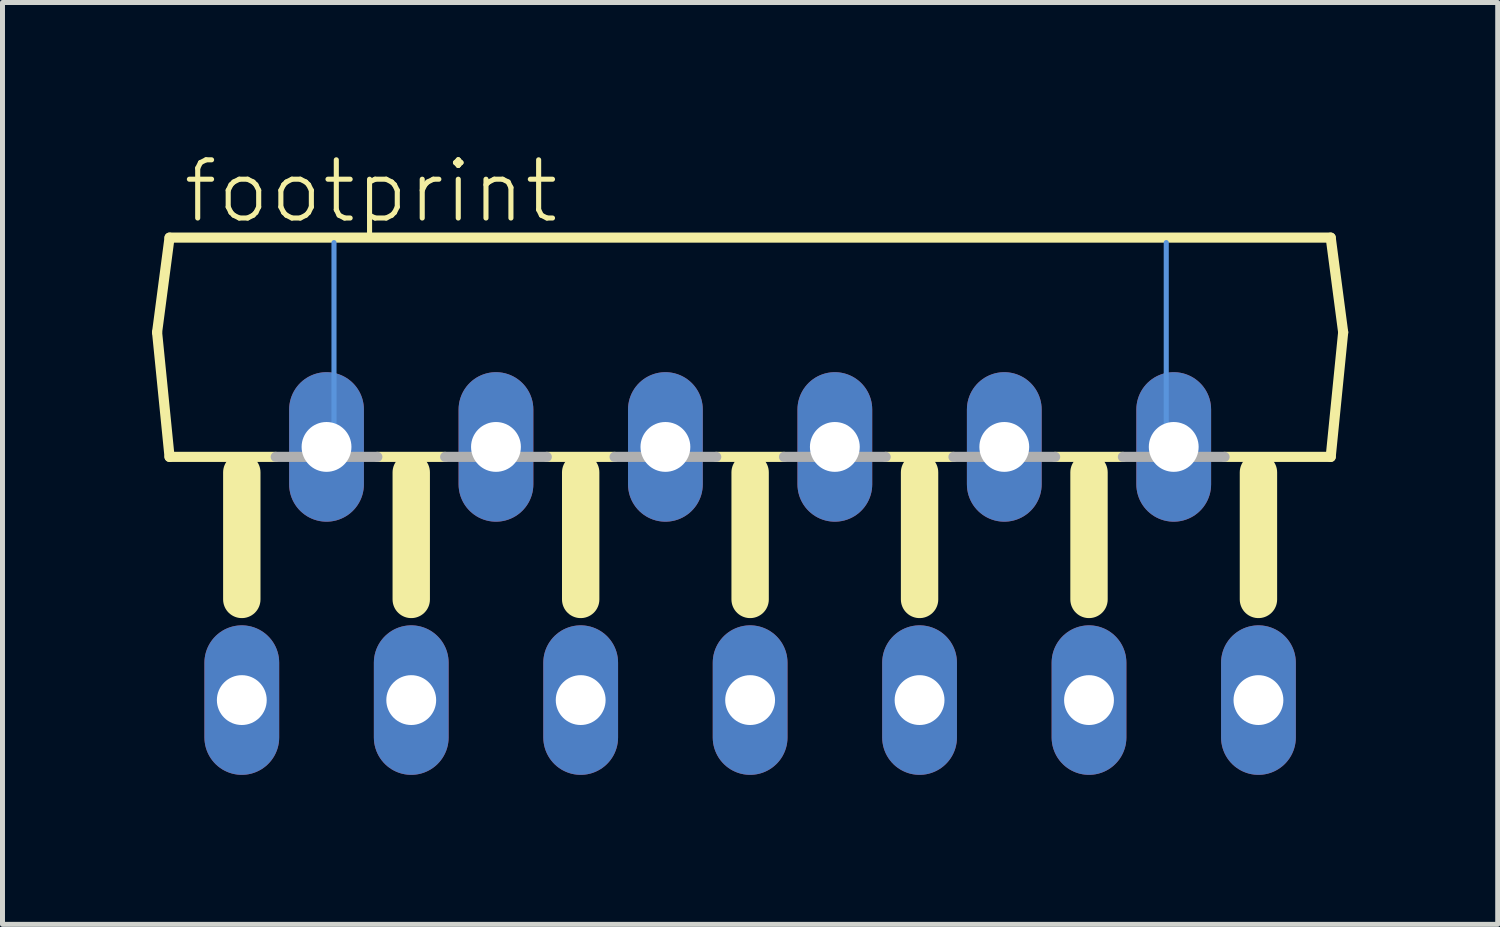
<source format=kicad_pcb>
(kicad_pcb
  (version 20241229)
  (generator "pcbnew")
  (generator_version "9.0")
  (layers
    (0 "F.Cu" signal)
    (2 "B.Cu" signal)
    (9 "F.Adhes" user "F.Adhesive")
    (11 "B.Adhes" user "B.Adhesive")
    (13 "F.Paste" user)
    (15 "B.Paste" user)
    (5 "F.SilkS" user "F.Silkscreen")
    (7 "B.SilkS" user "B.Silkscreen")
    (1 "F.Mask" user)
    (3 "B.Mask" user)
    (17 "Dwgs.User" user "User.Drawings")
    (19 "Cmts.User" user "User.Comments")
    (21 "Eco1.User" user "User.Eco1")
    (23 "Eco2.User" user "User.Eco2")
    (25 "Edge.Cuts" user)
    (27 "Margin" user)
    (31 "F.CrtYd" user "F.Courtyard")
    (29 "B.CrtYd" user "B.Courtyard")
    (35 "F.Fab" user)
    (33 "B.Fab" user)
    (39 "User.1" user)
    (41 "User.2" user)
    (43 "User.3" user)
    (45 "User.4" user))
  (footprint "footprint"
    (layer "F.Cu")
    (at 12.002 5.918)
    (property "Reference" "footprint" (at -11.43 -4.445 0) (layer "F.SilkS") (effects (font (size 1.168 1.168) (thickness 0.102)) (justify left bottom)))
    (fp_line (start -11.9 -2.3) (end -11.65 -4.2) (stroke (width 0.203) (type solid)) (layer "F.SilkS"))
    (fp_line (start -11.65 -4.2) (end 11.65 -4.2) (stroke (width 0.203) (type solid)) (layer "F.SilkS"))
    (fp_line (start -11.65 0.2) (end -11.9 -2.3) (stroke (width 0.203) (type solid)) (layer "F.SilkS"))
    (fp_line (start -10.2 0.51) (end -10.2 3.06) (stroke (width 0.75) (type solid)) (layer "F.SilkS"))
    (fp_line (start -9.52 0.2) (end -11.65 0.2) (stroke (width 0.203) (type solid)) (layer "F.SilkS"))
    (fp_line (start -6.8 0.51) (end -6.8 3.06) (stroke (width 0.75) (type solid)) (layer "F.SilkS"))
    (fp_line (start -6.12 0.2) (end -7.48 0.2) (stroke (width 0.203) (type solid)) (layer "F.SilkS"))
    (fp_line (start -3.4 0.51) (end -3.4 3.06) (stroke (width 0.75) (type solid)) (layer "F.SilkS"))
    (fp_line (start -2.72 0.2) (end -4.08 0.2) (stroke (width 0.203) (type solid)) (layer "F.SilkS"))
    (fp_line (start 0 0.51) (end 0 3.06) (stroke (width 0.75) (type solid)) (layer "F.SilkS"))
    (fp_line (start 0.68 0.2) (end -0.68 0.2) (stroke (width 0.203) (type solid)) (layer "F.SilkS"))
    (fp_line (start 3.4 0.51) (end 3.4 3.06) (stroke (width 0.75) (type solid)) (layer "F.SilkS"))
    (fp_line (start 4.08 0.2) (end 2.72 0.2) (stroke (width 0.203) (type solid)) (layer "F.SilkS"))
    (fp_line (start 6.8 0.51) (end 6.8 3.06) (stroke (width 0.75) (type solid)) (layer "F.SilkS"))
    (fp_line (start 7.48 0.2) (end 6.12 0.2) (stroke (width 0.203) (type solid)) (layer "F.SilkS"))
    (fp_line (start 10.2 0.51) (end 10.2 3.06) (stroke (width 0.75) (type solid)) (layer "F.SilkS"))
    (fp_line (start 11.65 -4.2) (end 11.9 -2.3) (stroke (width 0.203) (type solid)) (layer "F.SilkS"))
    (fp_line (start 11.65 0.2) (end 9.52 0.2) (stroke (width 0.203) (type solid)) (layer "F.SilkS"))
    (fp_line (start 11.9 -2.3) (end 11.65 0.2) (stroke (width 0.203) (type solid)) (layer "F.SilkS"))
    (fp_line (start -8.35 -4.1) (end -8.35 0.1) (stroke (width 0.102) (type solid)) (layer "Cmts.User"))
    (fp_line (start 8.35 -4.1) (end 8.35 0.1) (stroke (width 0.102) (type solid)) (layer "Cmts.User"))
    (fp_line (start -7.48 0.2) (end -9.52 0.2) (stroke (width 0.203) (type solid)) (layer "F.Fab"))
    (fp_line (start -4.08 0.2) (end -6.12 0.2) (stroke (width 0.203) (type solid)) (layer "F.Fab"))
    (fp_line (start -0.68 0.2) (end -2.72 0.2) (stroke (width 0.203) (type solid)) (layer "F.Fab"))
    (fp_line (start 2.72 0.2) (end 0.68 0.2) (stroke (width 0.203) (type solid)) (layer "F.Fab"))
    (fp_line (start 6.12 0.2) (end 4.08 0.2) (stroke (width 0.203) (type solid)) (layer "F.Fab"))
    (fp_line (start 9.52 0.2) (end 7.48 0.2) (stroke (width 0.203) (type solid)) (layer "F.Fab"))
    (pad "1" thru_hole oval (at -10.2 5.08 90) (size 3 1.5) (drill 1) (layers "*.Cu" "*.Mask"))
    (pad "2" thru_hole oval (at -8.5 0 90) (size 3 1.5) (drill 1) (layers "*.Cu" "*.Mask"))
    (pad "3" thru_hole oval (at -6.8 5.08 90) (size 3 1.5) (drill 1) (layers "*.Cu" "*.Mask"))
    (pad "4" thru_hole oval (at -5.1 0 90) (size 3 1.5) (drill 1) (layers "*.Cu" "*.Mask"))
    (pad "5" thru_hole oval (at -3.4 5.08 90) (size 3 1.5) (drill 1) (layers "*.Cu" "*.Mask"))
    (pad "6" thru_hole oval (at -1.7 0 90) (size 3 1.5) (drill 1) (layers "*.Cu" "*.Mask"))
    (pad "7" thru_hole oval (at 0 5.08 90) (size 3 1.5) (drill 1) (layers "*.Cu" "*.Mask"))
    (pad "8" thru_hole oval (at 1.7 0 90) (size 3 1.5) (drill 1) (layers "*.Cu" "*.Mask"))
    (pad "9" thru_hole oval (at 3.4 5.08 90) (size 3 1.5) (drill 1) (layers "*.Cu" "*.Mask"))
    (pad "10" thru_hole oval (at 5.1 0 90) (size 3 1.5) (drill 1) (layers "*.Cu" "*.Mask"))
    (pad "11" thru_hole oval (at 6.8 5.08 90) (size 3 1.5) (drill 1) (layers "*.Cu" "*.Mask"))
    (pad "12" thru_hole oval (at 8.5 0 90) (size 3 1.5) (drill 1) (layers "*.Cu" "*.Mask"))
    (pad "13" thru_hole oval (at 10.2 5.08 90) (size 3 1.5) (drill 1) (layers "*.Cu" "*.Mask")))
  (gr_rect
    (start -3 -3)
    (end 27.003 15.498)
    (stroke (width 0.1) (type default))
    (fill no)
    (layer "Edge.Cuts")))
</source>
